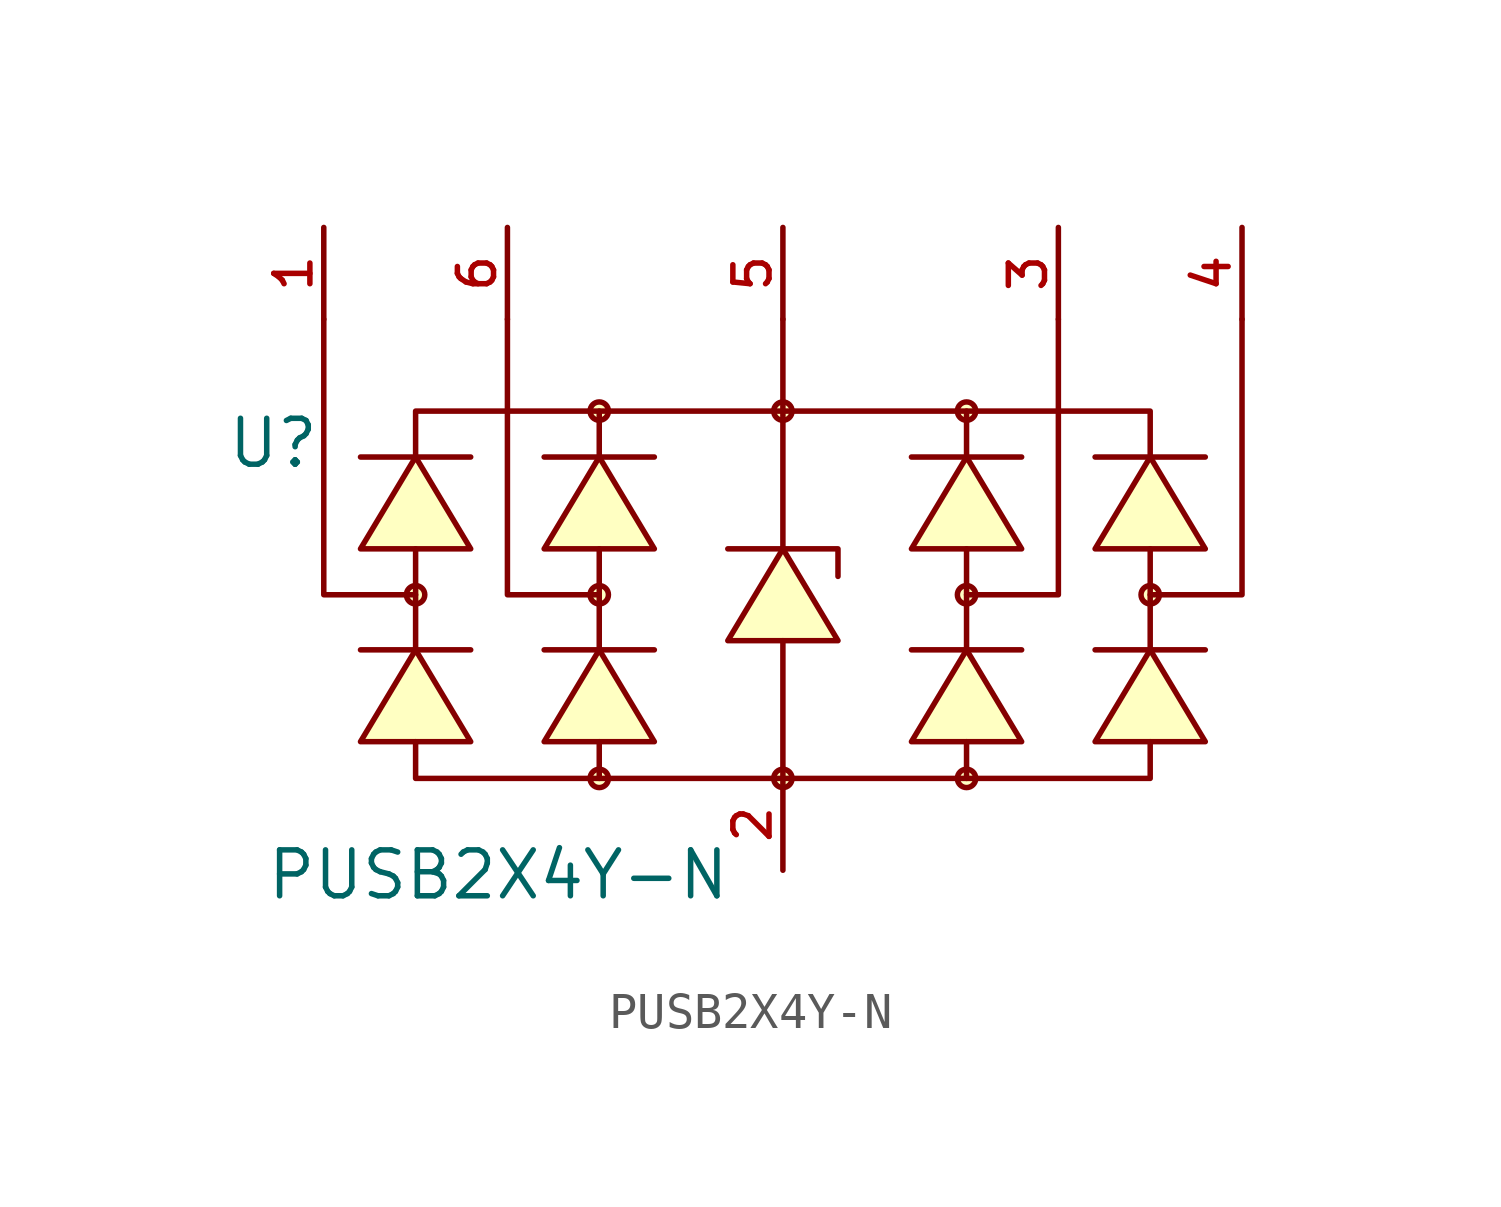
<source format=kicad_sym>
(kicad_symbol_lib
  (version 20220914)
  (generator kicad_symbol_editor)
  (symbol "PUSB2X4Y-N"
    (pin_names hide)
    (property "Reference" "U"
      (at -14.097 1.651 0)
      (effects (font (size 1.27 1.27))))
    (property "Value" "PUSB2X4Y-N"
      (at -7.874 -10.287 0)
      (effects (font (size 1.27 1.27))))
    (symbol "PUSB2X4Y-N_0_1"
      (circle (center -10.16 -2.54) (radius 0.254) (stroke (width 0) (type default)) (fill (type background)))
      (circle (center -5.08 -7.62) (radius 0.254) (stroke (width 0) (type default)) (fill (type background)))
      (circle (center -5.08 -2.54) (radius 0.254) (stroke (width 0) (type default)) (fill (type background)))
      (circle (center -5.08 2.54) (radius 0.254) (stroke (width 0) (type default)) (fill (type background)))
      (circle (center 0 -7.62) (radius 0.254) (stroke (width 0) (type default)) (fill (type background)))
      (polyline (pts (xy -11.684 -4.064) (xy -8.636 -4.064)) (stroke (width 0) (type default)) (fill (type none)))
      (polyline (pts (xy -11.684 1.27) (xy -8.636 1.27)) (stroke (width 0) (type default)) (fill (type none)))
      (polyline (pts (xy -10.16 -4.064) (xy -10.16 -1.27)) (stroke (width 0) (type default)) (fill (type none)))
      (polyline (pts (xy -6.604 -4.064) (xy -3.556 -4.064)) (stroke (width 0) (type default)) (fill (type none)))
      (polyline (pts (xy -6.604 1.27) (xy -3.556 1.27)) (stroke (width 0) (type default)) (fill (type none)))
      (polyline (pts (xy -5.08 -4.064) (xy -5.08 -1.27)) (stroke (width 0) (type default)) (fill (type none)))
      (polyline (pts (xy -5.08 1.27) (xy -5.08 2.54)) (stroke (width 0) (type default)) (fill (type none)))
      (polyline (pts (xy 0 -3.81) (xy 0 -7.62)) (stroke (width 0) (type default)) (fill (type none)))
      (polyline (pts (xy 0 -1.27) (xy 0 5.08)) (stroke (width 0) (type default)) (fill (type none)))
      (polyline (pts (xy 3.556 -4.064) (xy 6.604 -4.064)) (stroke (width 0) (type default)) (fill (type none)))
      (polyline (pts (xy 3.556 1.27) (xy 6.604 1.27)) (stroke (width 0) (type default)) (fill (type none)))
      (polyline (pts (xy 5.08 -6.604) (xy 5.08 -7.62)) (stroke (width 0) (type default)) (fill (type none)))
      (polyline (pts (xy 5.08 -4.064) (xy 5.08 -1.27)) (stroke (width 0) (type default)) (fill (type none)))
      (polyline (pts (xy 5.08 1.27) (xy 5.08 2.54)) (stroke (width 0) (type default)) (fill (type none)))
      (polyline (pts (xy 8.636 -4.064) (xy 11.684 -4.064)) (stroke (width 0) (type default)) (fill (type none)))
      (polyline (pts (xy 8.636 1.27) (xy 11.684 1.27)) (stroke (width 0) (type default)) (fill (type none)))
      (polyline (pts (xy 10.16 -4.064) (xy 10.16 -1.27)) (stroke (width 0) (type default)) (fill (type none)))
      (polyline (pts (xy -10.16 -2.54) (xy -12.7 -2.54) (xy -12.7 5.08)) (stroke (width 0) (type default)) (fill (type none)))
      (polyline (pts (xy -5.08 -2.54) (xy -7.62 -2.54) (xy -7.62 5.08)) (stroke (width 0) (type default)) (fill (type none)))
      (polyline (pts (xy -1.524 -1.27) (xy 1.524 -1.27) (xy 1.524 -2.032)) (stroke (width 0) (type default)) (fill (type none)))
      (polyline (pts (xy 5.08 -2.54) (xy 7.62 -2.54) (xy 7.62 5.08)) (stroke (width 0) (type default)) (fill (type none)))
      (polyline (pts (xy 10.16 -2.54) (xy 12.7 -2.54) (xy 12.7 5.08)) (stroke (width 0) (type default)) (fill (type none)))
      (polyline (pts (xy -10.16 -6.604) (xy -10.16 -7.62) (xy 10.16 -7.62) (xy 10.16 -6.604)) (stroke (width 0) (type default)) (fill (type none)))
      (polyline (pts (xy -10.16 1.27) (xy -10.16 2.54) (xy 10.16 2.54) (xy 10.16 1.27)) (stroke (width 0) (type default)) (fill (type none)))
      (polyline (pts (xy -8.636 -6.604) (xy -10.16 -4.064) (xy -11.684 -6.604) (xy -8.636 -6.604)) (stroke (width 0) (type default)) (fill (type background)))
      (polyline (pts (xy -8.636 -1.27) (xy -10.16 1.27) (xy -11.684 -1.27) (xy -8.636 -1.27)) (stroke (width 0) (type default)) (fill (type background)))
      (polyline (pts (xy -5.08 -6.604) (xy -5.08 -7.366) (xy -5.08 -7.62) (xy -5.08 -7.366)) (stroke (width 0) (type default)) (fill (type none)))
      (polyline (pts (xy -3.556 -6.604) (xy -5.08 -4.064) (xy -6.604 -6.604) (xy -3.556 -6.604)) (stroke (width 0) (type default)) (fill (type background)))
      (polyline (pts (xy -3.556 -1.27) (xy -5.08 1.27) (xy -6.604 -1.27) (xy -3.556 -1.27)) (stroke (width 0) (type default)) (fill (type background)))
      (polyline (pts (xy 1.524 -3.81) (xy 0 -1.27) (xy -1.524 -3.81) (xy 1.524 -3.81)) (stroke (width 0) (type default)) (fill (type background)))
      (polyline (pts (xy 6.604 -6.604) (xy 5.08 -4.064) (xy 3.556 -6.604) (xy 6.604 -6.604)) (stroke (width 0) (type default)) (fill (type background)))
      (polyline (pts (xy 6.604 -1.27) (xy 5.08 1.27) (xy 3.556 -1.27) (xy 6.604 -1.27)) (stroke (width 0) (type default)) (fill (type background)))
      (polyline (pts (xy 11.684 -6.604) (xy 10.16 -4.064) (xy 8.636 -6.604) (xy 11.684 -6.604)) (stroke (width 0) (type default)) (fill (type background)))
      (polyline (pts (xy 11.684 -1.27) (xy 10.16 1.27) (xy 8.636 -1.27) (xy 11.684 -1.27)) (stroke (width 0) (type default)) (fill (type background)))
      (circle (center 0 2.54) (radius 0.254) (stroke (width 0) (type default)) (fill (type background)))
      (circle (center 5.08 -7.62) (radius 0.254) (stroke (width 0) (type default)) (fill (type background)))
      (circle (center 5.08 -2.54) (radius 0.254) (stroke (width 0) (type default)) (fill (type background)))
      (circle (center 5.08 2.54) (radius 0.254) (stroke (width 0) (type default)) (fill (type background)))
      (circle (center 10.16 -2.54) (radius 0.254) (stroke (width 0) (type default)) (fill (type background)))
      (pin unspecified line (at -12.7 7.62 270) (length 2.54) (name "1" (effects (font (size 1 1)))) (number "1" (effects (font (size 1 1)))))
      (pin unspecified line (at 0 -10.16 90) (length 2.54) (name "GND" (effects (font (size 1 1)))) (number "2" (effects (font (size 1 1)))))
      (pin unspecified line (at 7.62 7.62 270) (length 2.54) (name "3" (effects (font (size 1 1)))) (number "3" (effects (font (size 1 1)))))
      (pin unspecified line (at 12.7 7.62 270) (length 2.54) (name "4" (effects (font (size 1 1)))) (number "4" (effects (font (size 1 1)))))
      (pin unspecified line (at 0 7.62 270) (length 2.54) (name "VCC" (effects (font (size 1 1)))) (number "5" (effects (font (size 1 1)))))
      (pin unspecified line (at -7.62 7.62 270) (length 2.54) (name "6" (effects (font (size 1 1)))) (number "6" (effects (font (size 1 1))))))))
</source>
